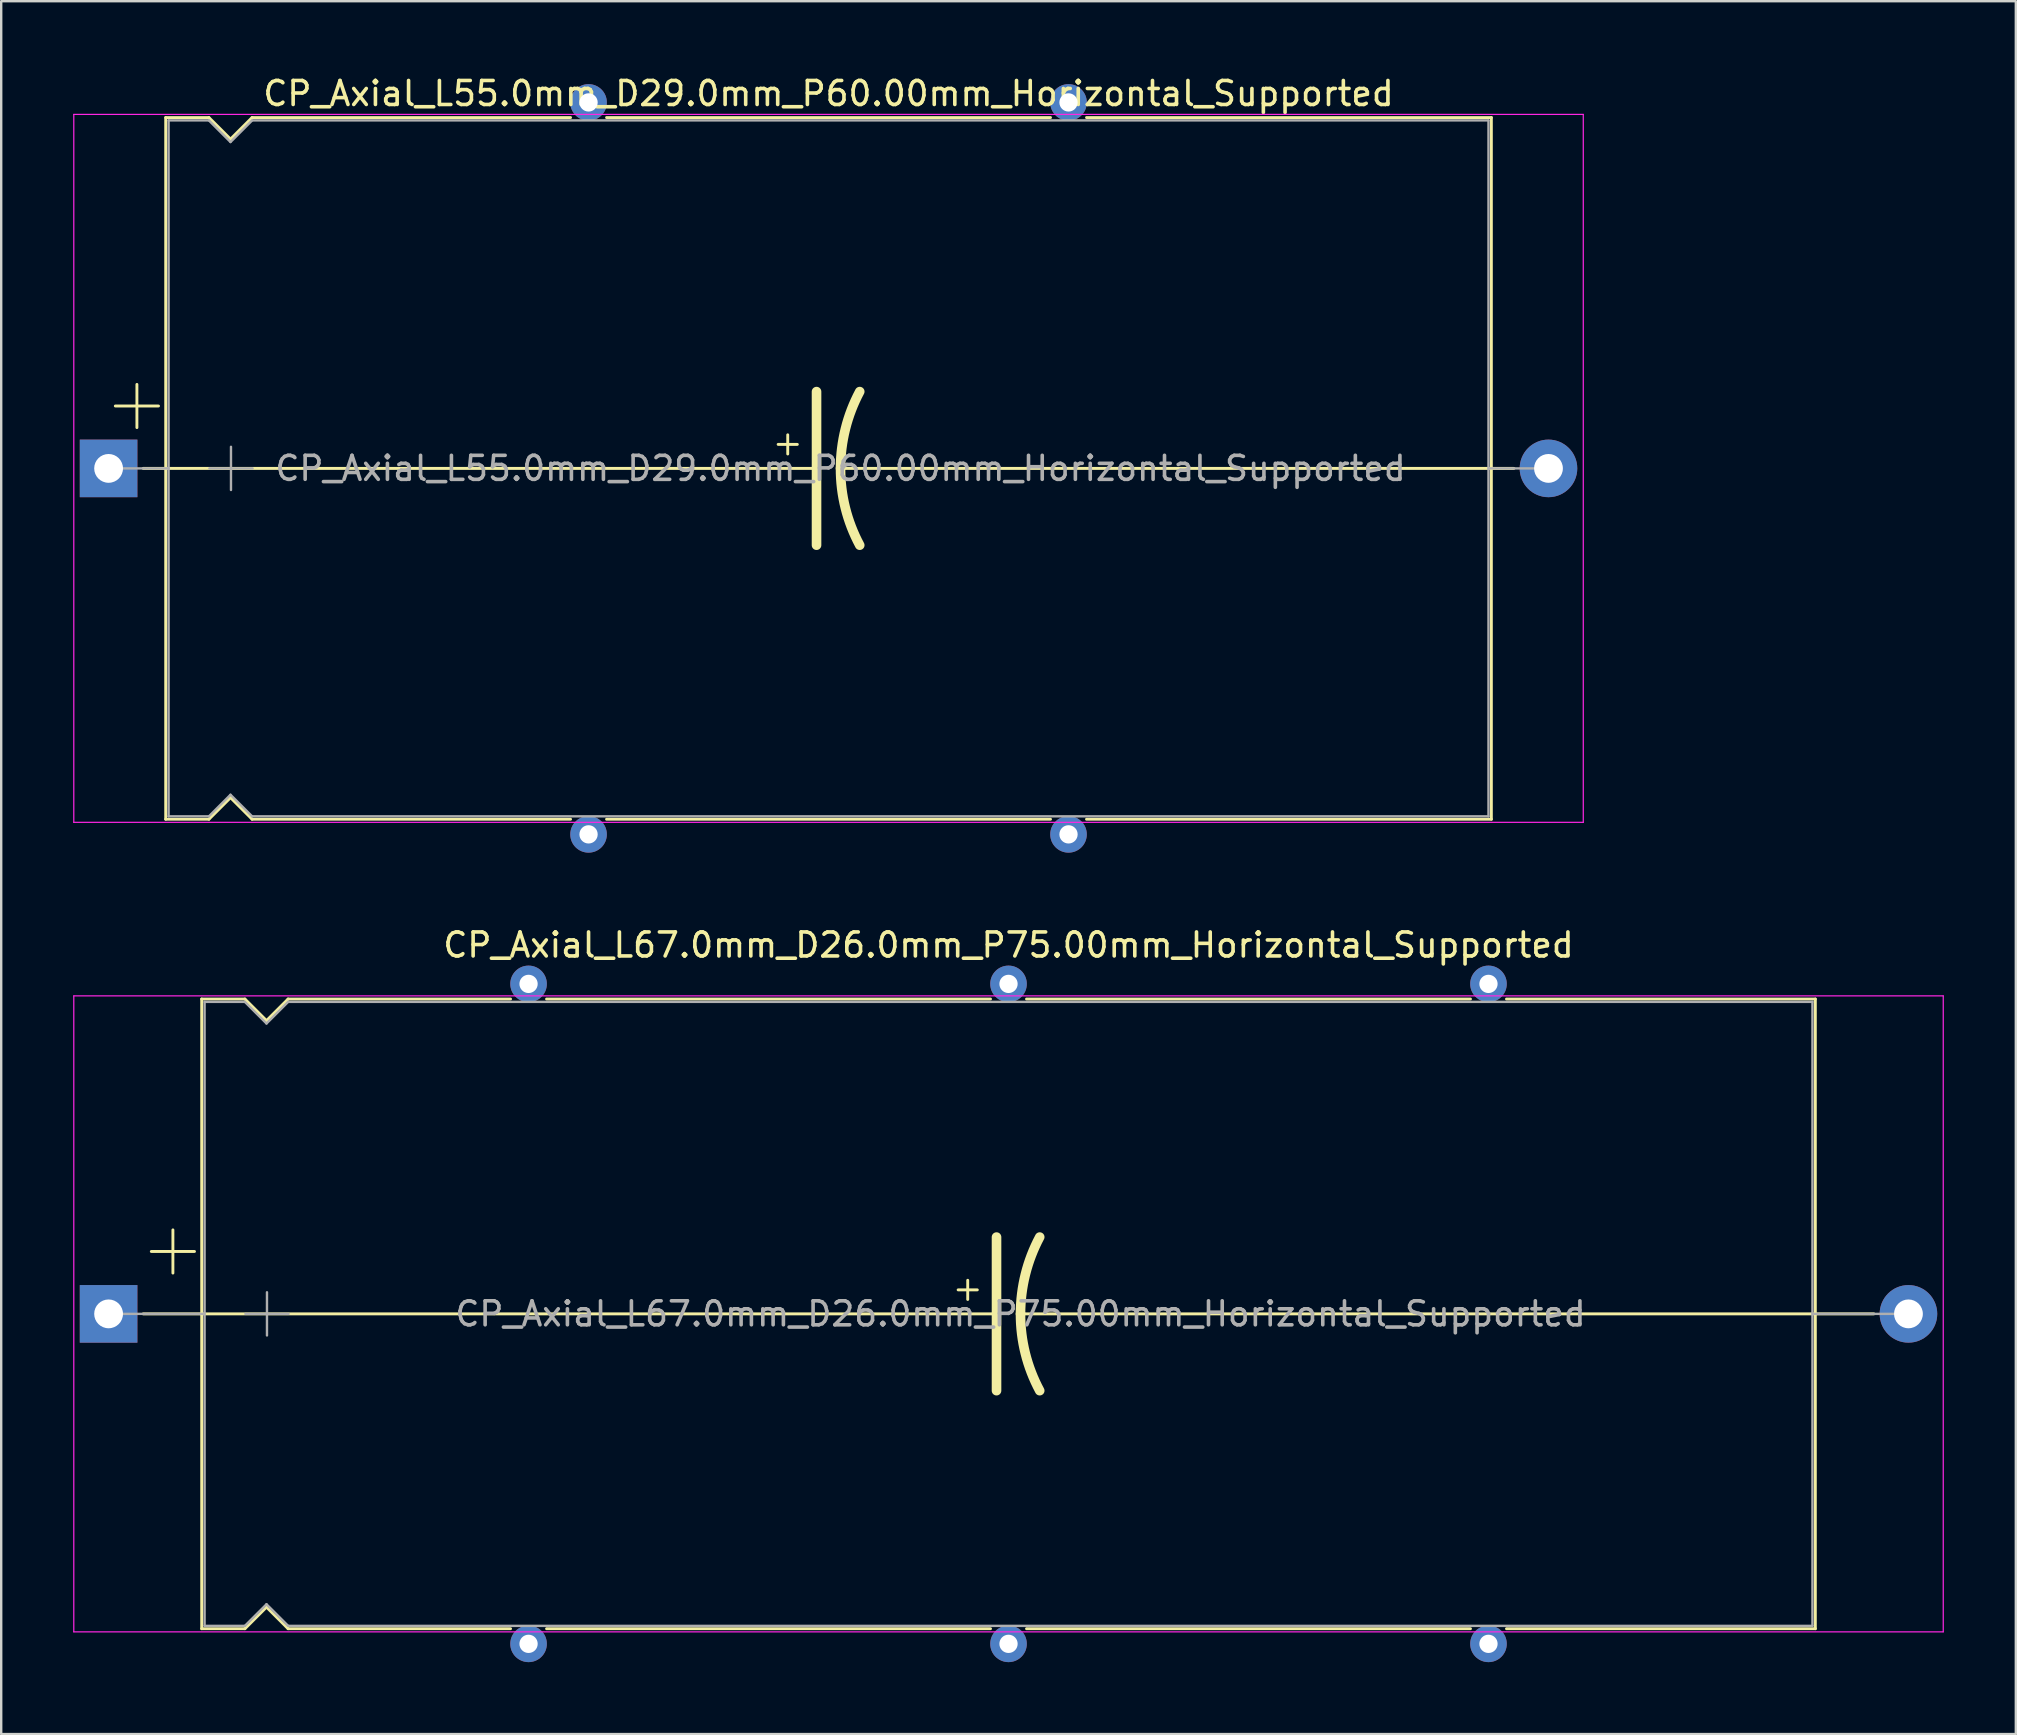
<source format=kicad_pcb>
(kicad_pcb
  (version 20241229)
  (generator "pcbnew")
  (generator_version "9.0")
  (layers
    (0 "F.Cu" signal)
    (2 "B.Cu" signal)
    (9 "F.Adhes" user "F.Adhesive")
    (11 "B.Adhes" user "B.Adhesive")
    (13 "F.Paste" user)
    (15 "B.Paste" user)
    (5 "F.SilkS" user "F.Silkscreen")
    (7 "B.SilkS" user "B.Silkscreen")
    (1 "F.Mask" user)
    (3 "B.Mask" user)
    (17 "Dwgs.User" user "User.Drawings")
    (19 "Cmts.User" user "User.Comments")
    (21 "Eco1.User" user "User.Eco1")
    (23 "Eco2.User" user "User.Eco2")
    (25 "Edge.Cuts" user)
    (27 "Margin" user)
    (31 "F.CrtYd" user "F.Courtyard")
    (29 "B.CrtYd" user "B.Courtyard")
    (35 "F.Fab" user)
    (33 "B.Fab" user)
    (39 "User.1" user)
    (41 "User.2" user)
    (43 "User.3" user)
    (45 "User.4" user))
  (footprint "CP_Axial_L67.0mm_D26.0mm_P75.00mm_Horizontal_Supported"
    (layer "F.Cu")
    (at 1.475 51.699)
    (property "Reference" "CP_Axial_L67.0mm_D26.0mm_P75.00mm_Horizontal_Supported" (at 37.5 -15.37 0) (layer "F.SilkS") (effects (font (size 1 1) (thickness 0.15))))
    (attr through_hole)
    (fp_line (start 1.44 0) (end 3.88 0) (stroke (width 0.12) (type solid)) (layer "F.SilkS"))
    (fp_line (start 1.78 -2.6) (end 3.58 -2.6) (stroke (width 0.12) (type solid)) (layer "F.SilkS"))
    (fp_line (start 2.68 -3.5) (end 2.68 -1.7) (stroke (width 0.12) (type solid)) (layer "F.SilkS"))
    (fp_line (start 3.88 -13.12) (end 3.88 13.12) (stroke (width 0.12) (type solid)) (layer "F.SilkS"))
    (fp_line (start 3.88 -13.12) (end 5.68 -13.12) (stroke (width 0.12) (type solid)) (layer "F.SilkS"))
    (fp_line (start 3.88 0) (end 37 0) (stroke (width 0.12) (type solid)) (layer "F.SilkS"))
    (fp_line (start 3.88 13.12) (end 5.68 13.12) (stroke (width 0.12) (type solid)) (layer "F.SilkS"))
    (fp_line (start 5.68 -13.12) (end 6.58 -12.22) (stroke (width 0.12) (type solid)) (layer "F.SilkS"))
    (fp_line (start 5.68 13.12) (end 6.58 12.22) (stroke (width 0.12) (type solid)) (layer "F.SilkS"))
    (fp_line (start 6.58 -12.22) (end 7.48 -13.12) (stroke (width 0.12) (type solid)) (layer "F.SilkS"))
    (fp_line (start 6.58 12.22) (end 7.48 13.12) (stroke (width 0.12) (type solid)) (layer "F.SilkS"))
    (fp_line (start 7.48 -13.12) (end 16.75 -13.12) (stroke (width 0.12) (type solid)) (layer "F.SilkS"))
    (fp_line (start 7.48 13.12) (end 16.75 13.12) (stroke (width 0.12) (type solid)) (layer "F.SilkS"))
    (fp_line (start 18.25 -13.12) (end 36.75 -13.12) (stroke (width 0.12) (type solid)) (layer "F.SilkS"))
    (fp_line (start 18.25 13.12) (end 36.75 13.12) (stroke (width 0.12) (type solid)) (layer "F.SilkS"))
    (fp_line (start 35.4 -1) (end 36.2 -1) (stroke (width 0.12) (type solid)) (layer "F.SilkS"))
    (fp_line (start 35.8 -1.4) (end 35.8 -0.6) (stroke (width 0.12) (type solid)) (layer "F.SilkS"))
    (fp_line (start 37 0) (end 37 -3.2) (stroke (width 0.4) (type solid)) (layer "F.SilkS"))
    (fp_line (start 37 0) (end 37 3.2) (stroke (width 0.4) (type solid)) (layer "F.SilkS"))
    (fp_line (start 38.25 -13.12) (end 56.75 -13.12) (stroke (width 0.12) (type solid)) (layer "F.SilkS"))
    (fp_line (start 38.25 13.12) (end 56.75 13.12) (stroke (width 0.12) (type solid)) (layer "F.SilkS"))
    (fp_line (start 58.25 -13.12) (end 71.12 -13.12) (stroke (width 0.12) (type solid)) (layer "F.SilkS"))
    (fp_line (start 58.25 13.12) (end 71.12 13.12) (stroke (width 0.12) (type solid)) (layer "F.SilkS"))
    (fp_line (start 71.12 -13.12) (end 71.12 13.12) (stroke (width 0.12) (type solid)) (layer "F.SilkS"))
    (fp_line (start 71.12 0) (end 38 0) (stroke (width 0.12) (type solid)) (layer "F.SilkS"))
    (fp_line (start 73.56 0) (end 71.12 0) (stroke (width 0.12) (type solid)) (layer "F.SilkS"))
    (fp_arc (start 38 0) (mid 38.203546 -1.649113) (end 38.8 -3.2) (stroke (width 0.4) (type solid)) (layer "F.SilkS"))
    (fp_arc (start 38.8 3.2) (mid 38.200708 1.649824) (end 38 0) (stroke (width 0.4) (type solid)) (layer "F.SilkS"))
    (fp_line (start -1.45 -13.25) (end -1.45 13.25) (stroke (width 0.05) (type solid)) (layer "F.CrtYd"))
    (fp_line (start -1.45 13.25) (end 76.45 13.25) (stroke (width 0.05) (type solid)) (layer "F.CrtYd"))
    (fp_line (start 76.45 -13.25) (end -1.45 -13.25) (stroke (width 0.05) (type solid)) (layer "F.CrtYd"))
    (fp_line (start 76.45 13.25) (end 76.45 -13.25) (stroke (width 0.05) (type solid)) (layer "F.CrtYd"))
    (fp_line (start 0 0) (end 4 0) (stroke (width 0.1) (type solid)) (layer "F.Fab"))
    (fp_line (start 4 -13) (end 4 13) (stroke (width 0.1) (type solid)) (layer "F.Fab"))
    (fp_line (start 4 -13) (end 5.68 -13) (stroke (width 0.1) (type solid)) (layer "F.Fab"))
    (fp_line (start 4 13) (end 5.68 13) (stroke (width 0.1) (type solid)) (layer "F.Fab"))
    (fp_line (start 5.68 -13) (end 6.58 -12.1) (stroke (width 0.1) (type solid)) (layer "F.Fab"))
    (fp_line (start 5.68 13) (end 6.58 12.1) (stroke (width 0.1) (type solid)) (layer "F.Fab"))
    (fp_line (start 5.7 0) (end 7.5 0) (stroke (width 0.1) (type solid)) (layer "F.Fab"))
    (fp_line (start 6.58 -12.1) (end 7.48 -13) (stroke (width 0.1) (type solid)) (layer "F.Fab"))
    (fp_line (start 6.58 12.1) (end 7.48 13) (stroke (width 0.1) (type solid)) (layer "F.Fab"))
    (fp_line (start 6.6 -0.9) (end 6.6 0.9) (stroke (width 0.1) (type solid)) (layer "F.Fab"))
    (fp_line (start 7.48 -13) (end 71 -13) (stroke (width 0.1) (type solid)) (layer "F.Fab"))
    (fp_line (start 7.48 13) (end 71 13) (stroke (width 0.1) (type solid)) (layer "F.Fab"))
    (fp_line (start 71 -13) (end 71 13) (stroke (width 0.1) (type solid)) (layer "F.Fab"))
    (fp_line (start 75 0) (end 71 0) (stroke (width 0.1) (type solid)) (layer "F.Fab"))
    (fp_text user "${REFERENCE}" (at 38 0 0) (layer "F.Fab") (effects (font (size 1 1) (thickness 0.15))))
    (pad "" thru_hole circle (at 17.5 -13.75) (size 1.524 1.524) (drill 0.762) (layers "*.Cu" "*.Mask"))
    (pad "" thru_hole circle (at 17.5 13.75) (size 1.524 1.524) (drill 0.762) (layers "*.Cu" "*.Mask"))
    (pad "" thru_hole circle (at 37.5 -13.75) (size 1.524 1.524) (drill 0.762) (layers "*.Cu" "*.Mask"))
    (pad "" thru_hole circle (at 37.5 13.75) (size 1.524 1.524) (drill 0.762) (layers "*.Cu" "*.Mask"))
    (pad "" thru_hole circle (at 57.5 -13.75) (size 1.524 1.524) (drill 0.762) (layers "*.Cu" "*.Mask"))
    (pad "" thru_hole circle (at 57.5 13.75) (size 1.524 1.524) (drill 0.762) (layers "*.Cu" "*.Mask"))
    (pad "1" thru_hole rect (at 0 0) (size 2.4 2.4) (drill 1.2) (layers "*.Cu" "*.Mask"))
    (pad "2" thru_hole oval (at 75 0) (size 2.4 2.4) (drill 1.2) (layers "*.Cu" "*.Mask")))
  (footprint "CP_Axial_L55.0mm_D29.0mm_P60.00mm_Horizontal_Supported"
    (layer "F.Cu")
    (at 1.475 16.468)
    (property "Reference" "CP_Axial_L55.0mm_D29.0mm_P60.00mm_Horizontal_Supported" (at 30 -15.62 0) (layer "F.SilkS") (effects (font (size 1 1) (thickness 0.15))))
    (attr through_hole)
    (fp_line (start 0.28 -2.6) (end 2.08 -2.6) (stroke (width 0.12) (type solid)) (layer "F.SilkS"))
    (fp_line (start 1.18 -3.5) (end 1.18 -1.7) (stroke (width 0.12) (type solid)) (layer "F.SilkS"))
    (fp_line (start 1.44 0) (end 2.38 0) (stroke (width 0.12) (type solid)) (layer "F.SilkS"))
    (fp_line (start 2.38 -14.62) (end 2.38 14.62) (stroke (width 0.12) (type solid)) (layer "F.SilkS"))
    (fp_line (start 2.38 -14.62) (end 4.18 -14.62) (stroke (width 0.12) (type solid)) (layer "F.SilkS"))
    (fp_line (start 2.38 0) (end 29.5 0) (stroke (width 0.12) (type solid)) (layer "F.SilkS"))
    (fp_line (start 2.38 14.62) (end 4.18 14.62) (stroke (width 0.12) (type solid)) (layer "F.SilkS"))
    (fp_line (start 4.18 -14.62) (end 5.08 -13.72) (stroke (width 0.12) (type solid)) (layer "F.SilkS"))
    (fp_line (start 4.18 14.62) (end 5.08 13.72) (stroke (width 0.12) (type solid)) (layer "F.SilkS"))
    (fp_line (start 5.08 -13.72) (end 5.98 -14.62) (stroke (width 0.12) (type solid)) (layer "F.SilkS"))
    (fp_line (start 5.08 13.72) (end 5.98 14.62) (stroke (width 0.12) (type solid)) (layer "F.SilkS"))
    (fp_line (start 5.98 -14.62) (end 19.25 -14.62) (stroke (width 0.12) (type solid)) (layer "F.SilkS"))
    (fp_line (start 5.98 14.62) (end 19.25 14.62) (stroke (width 0.12) (type solid)) (layer "F.SilkS"))
    (fp_line (start 20.75 -14.62) (end 39.25 -14.62) (stroke (width 0.12) (type solid)) (layer "F.SilkS"))
    (fp_line (start 20.75 14.62) (end 39.25 14.62) (stroke (width 0.12) (type solid)) (layer "F.SilkS"))
    (fp_line (start 27.9 -1) (end 28.7 -1) (stroke (width 0.12) (type solid)) (layer "F.SilkS"))
    (fp_line (start 28.3 -1.4) (end 28.3 -0.6) (stroke (width 0.12) (type solid)) (layer "F.SilkS"))
    (fp_line (start 29.5 0) (end 29.5 -3.2) (stroke (width 0.4) (type solid)) (layer "F.SilkS"))
    (fp_line (start 29.5 0) (end 29.5 3.2) (stroke (width 0.4) (type solid)) (layer "F.SilkS"))
    (fp_line (start 40.75 -14.62) (end 57.62 -14.62) (stroke (width 0.12) (type solid)) (layer "F.SilkS"))
    (fp_line (start 40.75 14.62) (end 57.62 14.62) (stroke (width 0.12) (type solid)) (layer "F.SilkS"))
    (fp_line (start 57.62 -14.62) (end 57.62 14.62) (stroke (width 0.12) (type solid)) (layer "F.SilkS"))
    (fp_line (start 57.62 0) (end 30.5 0) (stroke (width 0.12) (type solid)) (layer "F.SilkS"))
    (fp_line (start 58.56 0) (end 57.62 0) (stroke (width 0.12) (type solid)) (layer "F.SilkS"))
    (fp_arc (start 30.5 0) (mid 30.703545 -1.649114) (end 31.3 -3.2) (stroke (width 0.4) (type solid)) (layer "F.SilkS"))
    (fp_arc (start 31.3 3.2) (mid 30.700709 1.649823) (end 30.5 0) (stroke (width 0.4) (type solid)) (layer "F.SilkS"))
    (fp_line (start -1.45 -14.75) (end -1.45 14.75) (stroke (width 0.05) (type solid)) (layer "F.CrtYd"))
    (fp_line (start -1.45 14.75) (end 61.45 14.75) (stroke (width 0.05) (type solid)) (layer "F.CrtYd"))
    (fp_line (start 61.45 -14.75) (end -1.45 -14.75) (stroke (width 0.05) (type solid)) (layer "F.CrtYd"))
    (fp_line (start 61.45 14.75) (end 61.45 -14.75) (stroke (width 0.05) (type solid)) (layer "F.CrtYd"))
    (fp_line (start 0 0) (end 2.5 0) (stroke (width 0.1) (type solid)) (layer "F.Fab"))
    (fp_line (start 2.5 -14.5) (end 2.5 14.5) (stroke (width 0.1) (type solid)) (layer "F.Fab"))
    (fp_line (start 2.5 -14.5) (end 4.18 -14.5) (stroke (width 0.1) (type solid)) (layer "F.Fab"))
    (fp_line (start 2.5 14.5) (end 4.18 14.5) (stroke (width 0.1) (type solid)) (layer "F.Fab"))
    (fp_line (start 4.18 -14.5) (end 5.08 -13.6) (stroke (width 0.1) (type solid)) (layer "F.Fab"))
    (fp_line (start 4.18 14.5) (end 5.08 13.6) (stroke (width 0.1) (type solid)) (layer "F.Fab"))
    (fp_line (start 4.2 0) (end 6 0) (stroke (width 0.1) (type solid)) (layer "F.Fab"))
    (fp_line (start 5.08 -13.6) (end 5.98 -14.5) (stroke (width 0.1) (type solid)) (layer "F.Fab"))
    (fp_line (start 5.08 13.6) (end 5.98 14.5) (stroke (width 0.1) (type solid)) (layer "F.Fab"))
    (fp_line (start 5.1 -0.9) (end 5.1 0.9) (stroke (width 0.1) (type solid)) (layer "F.Fab"))
    (fp_line (start 5.98 -14.5) (end 57.5 -14.5) (stroke (width 0.1) (type solid)) (layer "F.Fab"))
    (fp_line (start 5.98 14.5) (end 57.5 14.5) (stroke (width 0.1) (type solid)) (layer "F.Fab"))
    (fp_line (start 57.5 -14.5) (end 57.5 14.5) (stroke (width 0.1) (type solid)) (layer "F.Fab"))
    (fp_line (start 60 0) (end 57.5 0) (stroke (width 0.1) (type solid)) (layer "F.Fab"))
    (fp_text user "${REFERENCE}" (at 30.5 0 0) (layer "F.Fab") (effects (font (size 1 1) (thickness 0.15))))
    (pad "" thru_hole circle (at 20 -15.25) (size 1.524 1.524) (drill 0.762) (layers "*.Cu" "*.Mask"))
    (pad "" thru_hole circle (at 20 15.25) (size 1.524 1.524) (drill 0.762) (layers "*.Cu" "*.Mask"))
    (pad "" thru_hole circle (at 40 -15.25) (size 1.524 1.524) (drill 0.762) (layers "*.Cu" "*.Mask"))
    (pad "" thru_hole circle (at 40 15.25) (size 1.524 1.524) (drill 0.762) (layers "*.Cu" "*.Mask"))
    (pad "1" thru_hole rect (at 0 0) (size 2.4 2.4) (drill 1.2) (layers "*.Cu" "*.Mask"))
    (pad "2" thru_hole oval (at 60 0) (size 2.4 2.4) (drill 1.2) (layers "*.Cu" "*.Mask")))
  (gr_rect
    (start -3 -3)
    (end 80.95 69.21)
    (stroke (width 0.1) (type default))
    (fill no)
    (layer "Edge.Cuts")))
</source>
